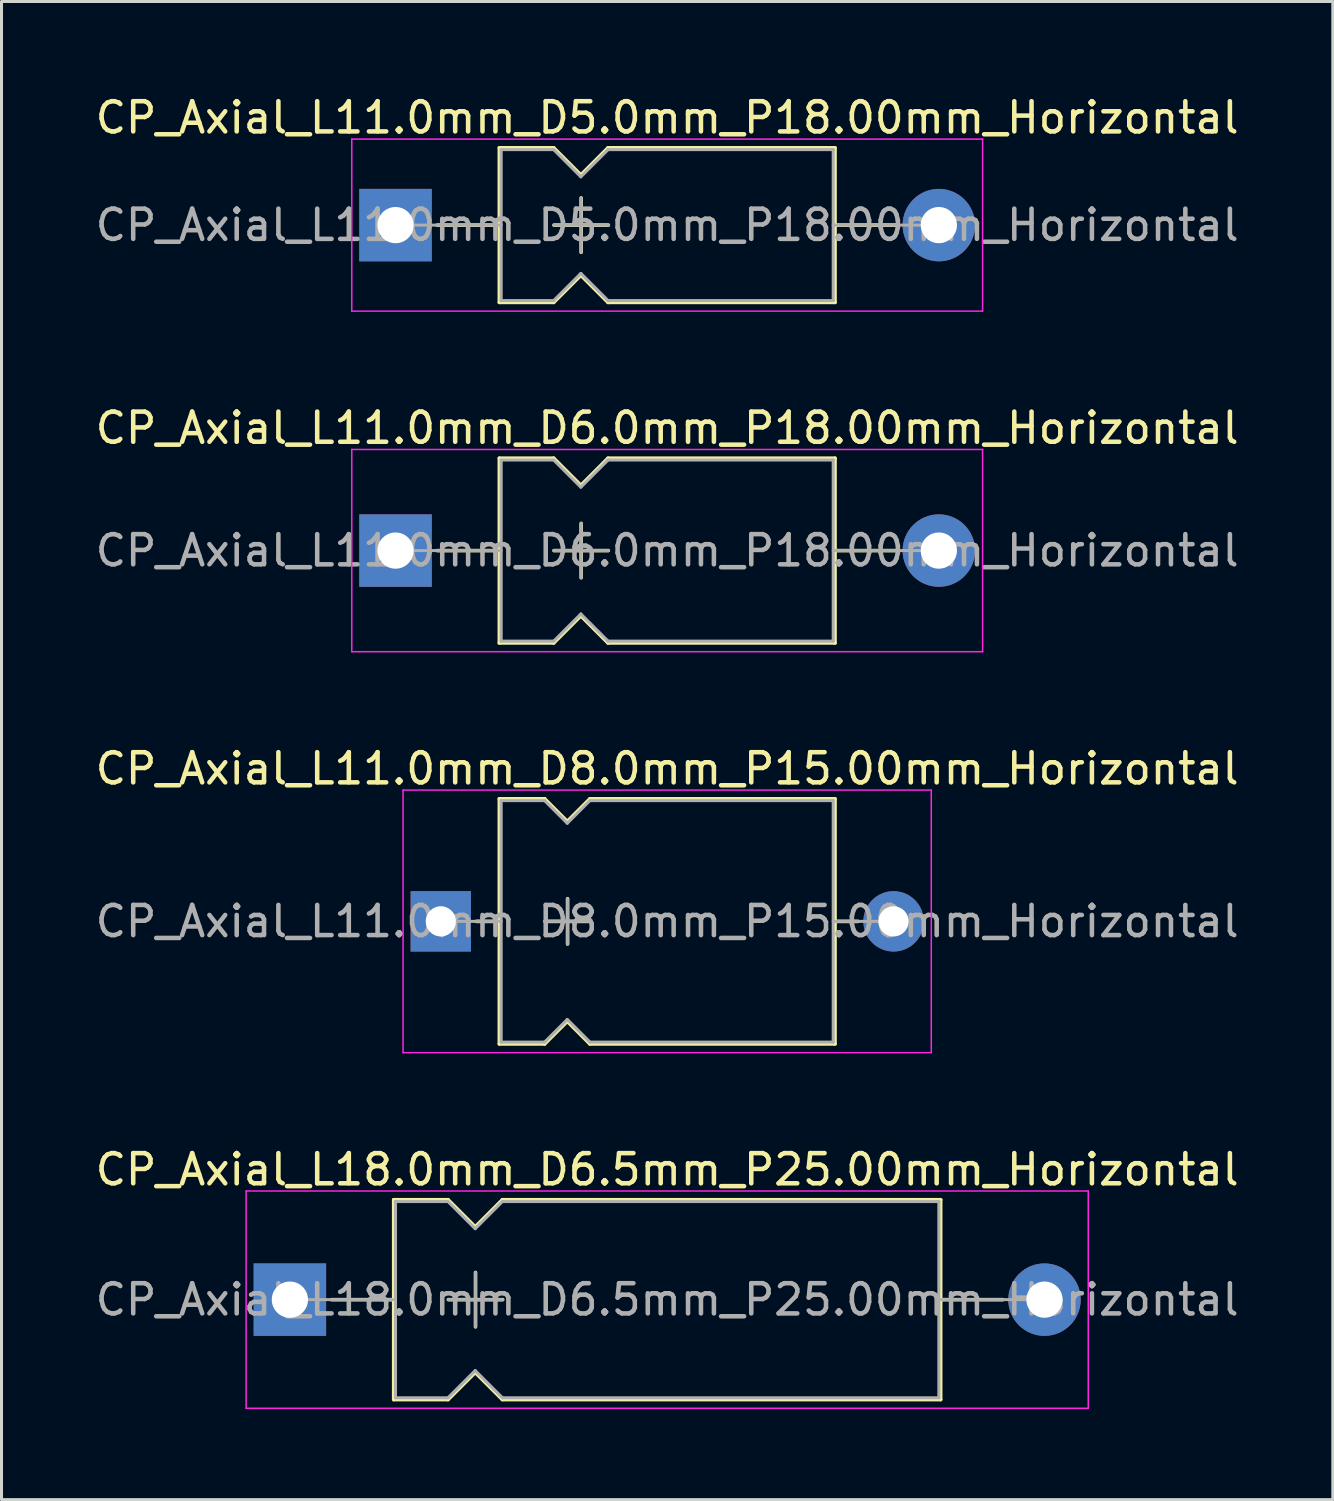
<source format=kicad_pcb>
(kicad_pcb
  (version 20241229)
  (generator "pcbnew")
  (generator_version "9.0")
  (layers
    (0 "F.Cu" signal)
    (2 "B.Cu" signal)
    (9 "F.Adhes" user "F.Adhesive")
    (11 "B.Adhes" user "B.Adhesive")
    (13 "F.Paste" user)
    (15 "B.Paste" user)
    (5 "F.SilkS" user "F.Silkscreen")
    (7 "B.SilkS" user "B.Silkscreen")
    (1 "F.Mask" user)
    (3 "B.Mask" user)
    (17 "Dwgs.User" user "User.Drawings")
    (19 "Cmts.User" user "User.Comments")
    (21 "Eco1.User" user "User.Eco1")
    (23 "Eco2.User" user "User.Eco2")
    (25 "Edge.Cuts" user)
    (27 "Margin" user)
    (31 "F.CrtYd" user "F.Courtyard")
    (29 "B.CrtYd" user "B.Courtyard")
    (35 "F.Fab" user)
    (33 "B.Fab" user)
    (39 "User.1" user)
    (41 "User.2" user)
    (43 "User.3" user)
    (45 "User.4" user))
  (footprint "CP_Axial_L11.0mm_D5.0mm_P18.00mm_Horizontal"
    (layer "F.Cu")
    (at 10.054 4.408)
    (property "Reference" "CP_Axial_L11.0mm_D5.0mm_P18.00mm_Horizontal" (at 9 -3.56 0) (layer "F.SilkS") (effects (font (size 1 1) (thickness 0.15))))
    (attr through_hole)
    (fp_line (start 1.38 0) (end 3.44 0) (stroke (width 0.12) (type solid)) (layer "F.SilkS"))
    (fp_line (start 3.44 -2.56) (end 3.44 2.56) (stroke (width 0.12) (type solid)) (layer "F.SilkS"))
    (fp_line (start 3.44 -2.56) (end 5.24 -2.56) (stroke (width 0.12) (type solid)) (layer "F.SilkS"))
    (fp_line (start 3.44 2.56) (end 5.24 2.56) (stroke (width 0.12) (type solid)) (layer "F.SilkS"))
    (fp_line (start 5.24 -2.56) (end 6.14 -1.66) (stroke (width 0.12) (type solid)) (layer "F.SilkS"))
    (fp_line (start 5.24 2.56) (end 6.14 1.66) (stroke (width 0.12) (type solid)) (layer "F.SilkS"))
    (fp_line (start 5.25 0) (end 7.05 0) (stroke (width 0.12) (type solid)) (layer "F.SilkS"))
    (fp_line (start 6.14 -1.66) (end 7.04 -2.56) (stroke (width 0.12) (type solid)) (layer "F.SilkS"))
    (fp_line (start 6.14 1.66) (end 7.04 2.56) (stroke (width 0.12) (type solid)) (layer "F.SilkS"))
    (fp_line (start 6.15 -0.9) (end 6.15 0.9) (stroke (width 0.12) (type solid)) (layer "F.SilkS"))
    (fp_line (start 7.04 -2.56) (end 14.56 -2.56) (stroke (width 0.12) (type solid)) (layer "F.SilkS"))
    (fp_line (start 7.04 2.56) (end 14.56 2.56) (stroke (width 0.12) (type solid)) (layer "F.SilkS"))
    (fp_line (start 14.56 -2.56) (end 14.56 2.56) (stroke (width 0.12) (type solid)) (layer "F.SilkS"))
    (fp_line (start 16.62 0) (end 14.56 0) (stroke (width 0.12) (type solid)) (layer "F.SilkS"))
    (fp_line (start -1.45 -2.85) (end -1.45 2.85) (stroke (width 0.05) (type solid)) (layer "F.CrtYd"))
    (fp_line (start -1.45 2.85) (end 19.45 2.85) (stroke (width 0.05) (type solid)) (layer "F.CrtYd"))
    (fp_line (start 19.45 -2.85) (end -1.45 -2.85) (stroke (width 0.05) (type solid)) (layer "F.CrtYd"))
    (fp_line (start 19.45 2.85) (end 19.45 -2.85) (stroke (width 0.05) (type solid)) (layer "F.CrtYd"))
    (fp_line (start 0 0) (end 3.5 0) (stroke (width 0.1) (type solid)) (layer "F.Fab"))
    (fp_line (start 3.5 -2.5) (end 3.5 2.5) (stroke (width 0.1) (type solid)) (layer "F.Fab"))
    (fp_line (start 3.5 -2.5) (end 5.24 -2.5) (stroke (width 0.1) (type solid)) (layer "F.Fab"))
    (fp_line (start 3.5 2.5) (end 5.24 2.5) (stroke (width 0.1) (type solid)) (layer "F.Fab"))
    (fp_line (start 5.24 -2.5) (end 6.14 -1.6) (stroke (width 0.1) (type solid)) (layer "F.Fab"))
    (fp_line (start 5.24 2.5) (end 6.14 1.6) (stroke (width 0.1) (type solid)) (layer "F.Fab"))
    (fp_line (start 5.25 0) (end 7.05 0) (stroke (width 0.1) (type solid)) (layer "F.Fab"))
    (fp_line (start 6.14 -1.6) (end 7.04 -2.5) (stroke (width 0.1) (type solid)) (layer "F.Fab"))
    (fp_line (start 6.14 1.6) (end 7.04 2.5) (stroke (width 0.1) (type solid)) (layer "F.Fab"))
    (fp_line (start 6.15 -0.9) (end 6.15 0.9) (stroke (width 0.1) (type solid)) (layer "F.Fab"))
    (fp_line (start 7.04 -2.5) (end 14.5 -2.5) (stroke (width 0.1) (type solid)) (layer "F.Fab"))
    (fp_line (start 7.04 2.5) (end 14.5 2.5) (stroke (width 0.1) (type solid)) (layer "F.Fab"))
    (fp_line (start 14.5 -2.5) (end 14.5 2.5) (stroke (width 0.1) (type solid)) (layer "F.Fab"))
    (fp_line (start 18 0) (end 14.5 0) (stroke (width 0.1) (type solid)) (layer "F.Fab"))
    (fp_text user "${REFERENCE}" (at 9 0 0) (layer "F.Fab") (effects (font (size 1 1) (thickness 0.15))))
    (pad "1" thru_hole rect (at 0 0) (size 2.4 2.4) (drill 1.2) (layers "*.Cu" "*.Mask"))
    (pad "2" thru_hole oval (at 18 0) (size 2.4 2.4) (drill 1.2) (layers "*.Cu" "*.Mask")))
  (footprint "CP_Axial_L18.0mm_D6.5mm_P25.00mm_Horizontal"
    (layer "F.Cu")
    (at 6.554 40.008)
    (property "Reference" "CP_Axial_L18.0mm_D6.5mm_P25.00mm_Horizontal" (at 12.5 -4.31 0) (layer "F.SilkS") (effects (font (size 1 1) (thickness 0.15))))
    (attr through_hole)
    (fp_line (start 1.38 0) (end 3.44 0) (stroke (width 0.12) (type solid)) (layer "F.SilkS"))
    (fp_line (start 3.44 -3.31) (end 3.44 3.31) (stroke (width 0.12) (type solid)) (layer "F.SilkS"))
    (fp_line (start 3.44 -3.31) (end 5.24 -3.31) (stroke (width 0.12) (type solid)) (layer "F.SilkS"))
    (fp_line (start 3.44 3.31) (end 5.24 3.31) (stroke (width 0.12) (type solid)) (layer "F.SilkS"))
    (fp_line (start 5.24 -3.31) (end 6.14 -2.41) (stroke (width 0.12) (type solid)) (layer "F.SilkS"))
    (fp_line (start 5.24 3.31) (end 6.14 2.41) (stroke (width 0.12) (type solid)) (layer "F.SilkS"))
    (fp_line (start 5.25 0) (end 7.05 0) (stroke (width 0.12) (type solid)) (layer "F.SilkS"))
    (fp_line (start 6.14 -2.41) (end 7.04 -3.31) (stroke (width 0.12) (type solid)) (layer "F.SilkS"))
    (fp_line (start 6.14 2.41) (end 7.04 3.31) (stroke (width 0.12) (type solid)) (layer "F.SilkS"))
    (fp_line (start 6.15 -0.9) (end 6.15 0.9) (stroke (width 0.12) (type solid)) (layer "F.SilkS"))
    (fp_line (start 7.04 -3.31) (end 21.56 -3.31) (stroke (width 0.12) (type solid)) (layer "F.SilkS"))
    (fp_line (start 7.04 3.31) (end 21.56 3.31) (stroke (width 0.12) (type solid)) (layer "F.SilkS"))
    (fp_line (start 21.56 -3.31) (end 21.56 3.31) (stroke (width 0.12) (type solid)) (layer "F.SilkS"))
    (fp_line (start 23.62 0) (end 21.56 0) (stroke (width 0.12) (type solid)) (layer "F.SilkS"))
    (fp_line (start -1.45 -3.6) (end -1.45 3.6) (stroke (width 0.05) (type solid)) (layer "F.CrtYd"))
    (fp_line (start -1.45 3.6) (end 26.45 3.6) (stroke (width 0.05) (type solid)) (layer "F.CrtYd"))
    (fp_line (start 26.45 -3.6) (end -1.45 -3.6) (stroke (width 0.05) (type solid)) (layer "F.CrtYd"))
    (fp_line (start 26.45 3.6) (end 26.45 -3.6) (stroke (width 0.05) (type solid)) (layer "F.CrtYd"))
    (fp_line (start 0 0) (end 3.5 0) (stroke (width 0.1) (type solid)) (layer "F.Fab"))
    (fp_line (start 3.5 -3.25) (end 3.5 3.25) (stroke (width 0.1) (type solid)) (layer "F.Fab"))
    (fp_line (start 3.5 -3.25) (end 5.24 -3.25) (stroke (width 0.1) (type solid)) (layer "F.Fab"))
    (fp_line (start 3.5 3.25) (end 5.24 3.25) (stroke (width 0.1) (type solid)) (layer "F.Fab"))
    (fp_line (start 5.24 -3.25) (end 6.14 -2.35) (stroke (width 0.1) (type solid)) (layer "F.Fab"))
    (fp_line (start 5.24 3.25) (end 6.14 2.35) (stroke (width 0.1) (type solid)) (layer "F.Fab"))
    (fp_line (start 5.25 0) (end 7.05 0) (stroke (width 0.1) (type solid)) (layer "F.Fab"))
    (fp_line (start 6.14 -2.35) (end 7.04 -3.25) (stroke (width 0.1) (type solid)) (layer "F.Fab"))
    (fp_line (start 6.14 2.35) (end 7.04 3.25) (stroke (width 0.1) (type solid)) (layer "F.Fab"))
    (fp_line (start 6.15 -0.9) (end 6.15 0.9) (stroke (width 0.1) (type solid)) (layer "F.Fab"))
    (fp_line (start 7.04 -3.25) (end 21.5 -3.25) (stroke (width 0.1) (type solid)) (layer "F.Fab"))
    (fp_line (start 7.04 3.25) (end 21.5 3.25) (stroke (width 0.1) (type solid)) (layer "F.Fab"))
    (fp_line (start 21.5 -3.25) (end 21.5 3.25) (stroke (width 0.1) (type solid)) (layer "F.Fab"))
    (fp_line (start 25 0) (end 21.5 0) (stroke (width 0.1) (type solid)) (layer "F.Fab"))
    (fp_text user "${REFERENCE}" (at 12.5 0 0) (layer "F.Fab") (effects (font (size 1 1) (thickness 0.15))))
    (pad "1" thru_hole rect (at 0 0) (size 2.4 2.4) (drill 1.2) (layers "*.Cu" "*.Mask"))
    (pad "2" thru_hole oval (at 25 0) (size 2.4 2.4) (drill 1.2) (layers "*.Cu" "*.Mask")))
  (footprint "CP_Axial_L11.0mm_D8.0mm_P15.00mm_Horizontal"
    (layer "F.Cu")
    (at 11.554 27.475)
    (property "Reference" "CP_Axial_L11.0mm_D8.0mm_P15.00mm_Horizontal" (at 7.5 -5.06 0) (layer "F.SilkS") (effects (font (size 1 1) (thickness 0.15))))
    (attr through_hole)
    (fp_line (start 1.18 0) (end 1.94 0) (stroke (width 0.12) (type solid)) (layer "F.SilkS"))
    (fp_line (start 1.94 -4.06) (end 1.94 4.06) (stroke (width 0.12) (type solid)) (layer "F.SilkS"))
    (fp_line (start 1.94 -4.06) (end 3.44 -4.06) (stroke (width 0.12) (type solid)) (layer "F.SilkS"))
    (fp_line (start 1.94 4.06) (end 3.44 4.06) (stroke (width 0.12) (type solid)) (layer "F.SilkS"))
    (fp_line (start 3.44 -4.06) (end 4.19 -3.31) (stroke (width 0.12) (type solid)) (layer "F.SilkS"))
    (fp_line (start 3.44 4.06) (end 4.19 3.31) (stroke (width 0.12) (type solid)) (layer "F.SilkS"))
    (fp_line (start 3.45 0) (end 4.95 0) (stroke (width 0.12) (type solid)) (layer "F.SilkS"))
    (fp_line (start 4.19 -3.31) (end 4.94 -4.06) (stroke (width 0.12) (type solid)) (layer "F.SilkS"))
    (fp_line (start 4.19 3.31) (end 4.94 4.06) (stroke (width 0.12) (type solid)) (layer "F.SilkS"))
    (fp_line (start 4.2 -0.75) (end 4.2 0.75) (stroke (width 0.12) (type solid)) (layer "F.SilkS"))
    (fp_line (start 4.94 -4.06) (end 13.06 -4.06) (stroke (width 0.12) (type solid)) (layer "F.SilkS"))
    (fp_line (start 4.94 4.06) (end 13.06 4.06) (stroke (width 0.12) (type solid)) (layer "F.SilkS"))
    (fp_line (start 13.06 -4.06) (end 13.06 4.06) (stroke (width 0.12) (type solid)) (layer "F.SilkS"))
    (fp_line (start 13.82 0) (end 13.06 0) (stroke (width 0.12) (type solid)) (layer "F.SilkS"))
    (fp_line (start -1.25 -4.35) (end -1.25 4.35) (stroke (width 0.05) (type solid)) (layer "F.CrtYd"))
    (fp_line (start -1.25 4.35) (end 16.25 4.35) (stroke (width 0.05) (type solid)) (layer "F.CrtYd"))
    (fp_line (start 16.25 -4.35) (end -1.25 -4.35) (stroke (width 0.05) (type solid)) (layer "F.CrtYd"))
    (fp_line (start 16.25 4.35) (end 16.25 -4.35) (stroke (width 0.05) (type solid)) (layer "F.CrtYd"))
    (fp_line (start 0 0) (end 2 0) (stroke (width 0.1) (type solid)) (layer "F.Fab"))
    (fp_line (start 2 -4) (end 2 4) (stroke (width 0.1) (type solid)) (layer "F.Fab"))
    (fp_line (start 2 -4) (end 3.44 -4) (stroke (width 0.1) (type solid)) (layer "F.Fab"))
    (fp_line (start 2 4) (end 3.44 4) (stroke (width 0.1) (type solid)) (layer "F.Fab"))
    (fp_line (start 3.44 -4) (end 4.19 -3.25) (stroke (width 0.1) (type solid)) (layer "F.Fab"))
    (fp_line (start 3.44 4) (end 4.19 3.25) (stroke (width 0.1) (type solid)) (layer "F.Fab"))
    (fp_line (start 3.45 0) (end 4.95 0) (stroke (width 0.1) (type solid)) (layer "F.Fab"))
    (fp_line (start 4.19 -3.25) (end 4.94 -4) (stroke (width 0.1) (type solid)) (layer "F.Fab"))
    (fp_line (start 4.19 3.25) (end 4.94 4) (stroke (width 0.1) (type solid)) (layer "F.Fab"))
    (fp_line (start 4.2 -0.75) (end 4.2 0.75) (stroke (width 0.1) (type solid)) (layer "F.Fab"))
    (fp_line (start 4.94 -4) (end 13 -4) (stroke (width 0.1) (type solid)) (layer "F.Fab"))
    (fp_line (start 4.94 4) (end 13 4) (stroke (width 0.1) (type solid)) (layer "F.Fab"))
    (fp_line (start 13 -4) (end 13 4) (stroke (width 0.1) (type solid)) (layer "F.Fab"))
    (fp_line (start 15 0) (end 13 0) (stroke (width 0.1) (type solid)) (layer "F.Fab"))
    (fp_text user "${REFERENCE}" (at 7.5 0 0) (layer "F.Fab") (effects (font (size 1 1) (thickness 0.15))))
    (pad "1" thru_hole rect (at 0 0) (size 2 2) (drill 1) (layers "*.Cu" "*.Mask"))
    (pad "2" thru_hole oval (at 15 0) (size 2 2) (drill 1) (layers "*.Cu" "*.Mask")))
  (footprint "CP_Axial_L11.0mm_D6.0mm_P18.00mm_Horizontal"
    (layer "F.Cu")
    (at 10.054 15.191)
    (property "Reference" "CP_Axial_L11.0mm_D6.0mm_P18.00mm_Horizontal" (at 9 -4.06 0) (layer "F.SilkS") (effects (font (size 1 1) (thickness 0.15))))
    (attr through_hole)
    (fp_line (start 1.38 0) (end 3.44 0) (stroke (width 0.12) (type solid)) (layer "F.SilkS"))
    (fp_line (start 3.44 -3.06) (end 3.44 3.06) (stroke (width 0.12) (type solid)) (layer "F.SilkS"))
    (fp_line (start 3.44 -3.06) (end 5.24 -3.06) (stroke (width 0.12) (type solid)) (layer "F.SilkS"))
    (fp_line (start 3.44 3.06) (end 5.24 3.06) (stroke (width 0.12) (type solid)) (layer "F.SilkS"))
    (fp_line (start 5.24 -3.06) (end 6.14 -2.16) (stroke (width 0.12) (type solid)) (layer "F.SilkS"))
    (fp_line (start 5.24 3.06) (end 6.14 2.16) (stroke (width 0.12) (type solid)) (layer "F.SilkS"))
    (fp_line (start 5.25 0) (end 7.05 0) (stroke (width 0.12) (type solid)) (layer "F.SilkS"))
    (fp_line (start 6.14 -2.16) (end 7.04 -3.06) (stroke (width 0.12) (type solid)) (layer "F.SilkS"))
    (fp_line (start 6.14 2.16) (end 7.04 3.06) (stroke (width 0.12) (type solid)) (layer "F.SilkS"))
    (fp_line (start 6.15 -0.9) (end 6.15 0.9) (stroke (width 0.12) (type solid)) (layer "F.SilkS"))
    (fp_line (start 7.04 -3.06) (end 14.56 -3.06) (stroke (width 0.12) (type solid)) (layer "F.SilkS"))
    (fp_line (start 7.04 3.06) (end 14.56 3.06) (stroke (width 0.12) (type solid)) (layer "F.SilkS"))
    (fp_line (start 14.56 -3.06) (end 14.56 3.06) (stroke (width 0.12) (type solid)) (layer "F.SilkS"))
    (fp_line (start 16.62 0) (end 14.56 0) (stroke (width 0.12) (type solid)) (layer "F.SilkS"))
    (fp_line (start -1.45 -3.35) (end -1.45 3.35) (stroke (width 0.05) (type solid)) (layer "F.CrtYd"))
    (fp_line (start -1.45 3.35) (end 19.45 3.35) (stroke (width 0.05) (type solid)) (layer "F.CrtYd"))
    (fp_line (start 19.45 -3.35) (end -1.45 -3.35) (stroke (width 0.05) (type solid)) (layer "F.CrtYd"))
    (fp_line (start 19.45 3.35) (end 19.45 -3.35) (stroke (width 0.05) (type solid)) (layer "F.CrtYd"))
    (fp_line (start 0 0) (end 3.5 0) (stroke (width 0.1) (type solid)) (layer "F.Fab"))
    (fp_line (start 3.5 -3) (end 3.5 3) (stroke (width 0.1) (type solid)) (layer "F.Fab"))
    (fp_line (start 3.5 -3) (end 5.24 -3) (stroke (width 0.1) (type solid)) (layer "F.Fab"))
    (fp_line (start 3.5 3) (end 5.24 3) (stroke (width 0.1) (type solid)) (layer "F.Fab"))
    (fp_line (start 5.24 -3) (end 6.14 -2.1) (stroke (width 0.1) (type solid)) (layer "F.Fab"))
    (fp_line (start 5.24 3) (end 6.14 2.1) (stroke (width 0.1) (type solid)) (layer "F.Fab"))
    (fp_line (start 5.25 0) (end 7.05 0) (stroke (width 0.1) (type solid)) (layer "F.Fab"))
    (fp_line (start 6.14 -2.1) (end 7.04 -3) (stroke (width 0.1) (type solid)) (layer "F.Fab"))
    (fp_line (start 6.14 2.1) (end 7.04 3) (stroke (width 0.1) (type solid)) (layer "F.Fab"))
    (fp_line (start 6.15 -0.9) (end 6.15 0.9) (stroke (width 0.1) (type solid)) (layer "F.Fab"))
    (fp_line (start 7.04 -3) (end 14.5 -3) (stroke (width 0.1) (type solid)) (layer "F.Fab"))
    (fp_line (start 7.04 3) (end 14.5 3) (stroke (width 0.1) (type solid)) (layer "F.Fab"))
    (fp_line (start 14.5 -3) (end 14.5 3) (stroke (width 0.1) (type solid)) (layer "F.Fab"))
    (fp_line (start 18 0) (end 14.5 0) (stroke (width 0.1) (type solid)) (layer "F.Fab"))
    (fp_text user "${REFERENCE}" (at 9 0 0) (layer "F.Fab") (effects (font (size 1 1) (thickness 0.15))))
    (pad "1" thru_hole rect (at 0 0) (size 2.4 2.4) (drill 1.2) (layers "*.Cu" "*.Mask"))
    (pad "2" thru_hole oval (at 18 0) (size 2.4 2.4) (drill 1.2) (layers "*.Cu" "*.Mask")))
  (gr_rect
    (start -3 -3)
    (end 41.107 46.633)
    (stroke (width 0.1) (type default))
    (fill no)
    (layer "Edge.Cuts")))
</source>
